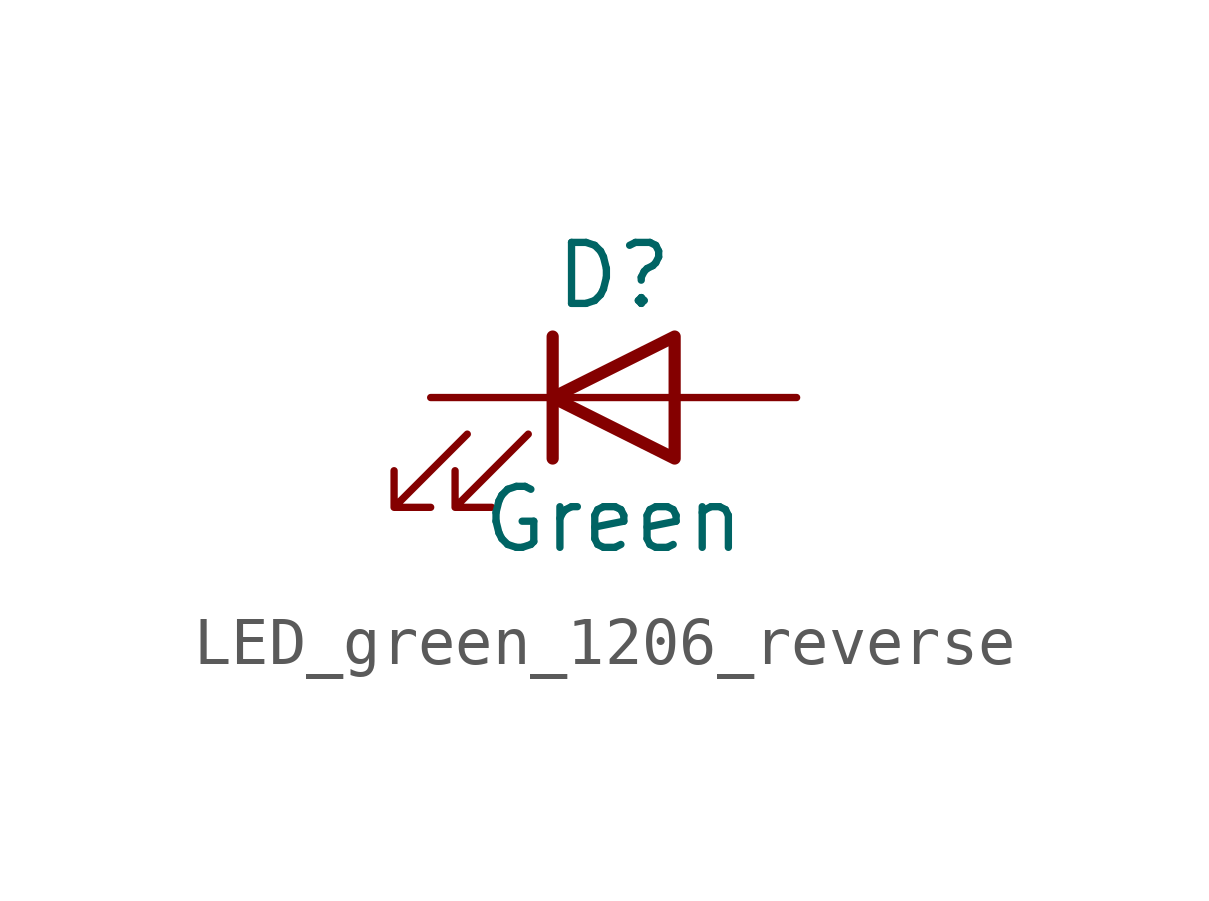
<source format=kicad_sym>
(kicad_symbol_lib
  (version 20231120)
  (generator "kicad_symbol_editor")
  (generator_version "8.0")
  (symbol "LED_green_1206_reverse"
    (pin_numbers hide)
    (pin_names
      (offset 1.016) hide)
    (property "Reference" "D"
      (at 0 2.54 0)
      (effects (font (size 1.27 1.27))))
    (property "Value" "Green"
      (at 0 -2.54 0)
      (effects (font (size 1.27 1.27))))
    (symbol "LED_green_1206_reverse_0_1"
      (polyline (pts (xy -1.27 -1.27) (xy -1.27 1.27)) (stroke (width 0.254) (type default)) (fill (type none)))
      (polyline (pts (xy -1.27 0) (xy 1.27 0)) (stroke (width 0) (type default)) (fill (type none)))
      (polyline (pts (xy 1.27 -1.27) (xy 1.27 1.27) (xy -1.27 0) (xy 1.27 -1.27)) (stroke (width 0.254) (type default)) (fill (type none)))
      (polyline (pts (xy -3.048 -0.762) (xy -4.572 -2.286) (xy -3.81 -2.286) (xy -4.572 -2.286) (xy -4.572 -1.524)) (stroke (width 0) (type default)) (fill (type none)))
      (polyline (pts (xy -1.778 -0.762) (xy -3.302 -2.286) (xy -2.54 -2.286) (xy -3.302 -2.286) (xy -3.302 -1.524)) (stroke (width 0) (type default)) (fill (type none))))
    (symbol "LED_green_1206_reverse_1_1"
      (pin passive line (at -3.81 0 0) (length 2.54) (name "K" (effects (font (size 1.27 1.27)))) (number "1" (effects (font (size 1.27 1.27)))))
      (pin passive line (at 3.81 0 180) (length 2.54) (name "A" (effects (font (size 1.27 1.27)))) (number "2" (effects (font (size 1.27 1.27))))))))
</source>
